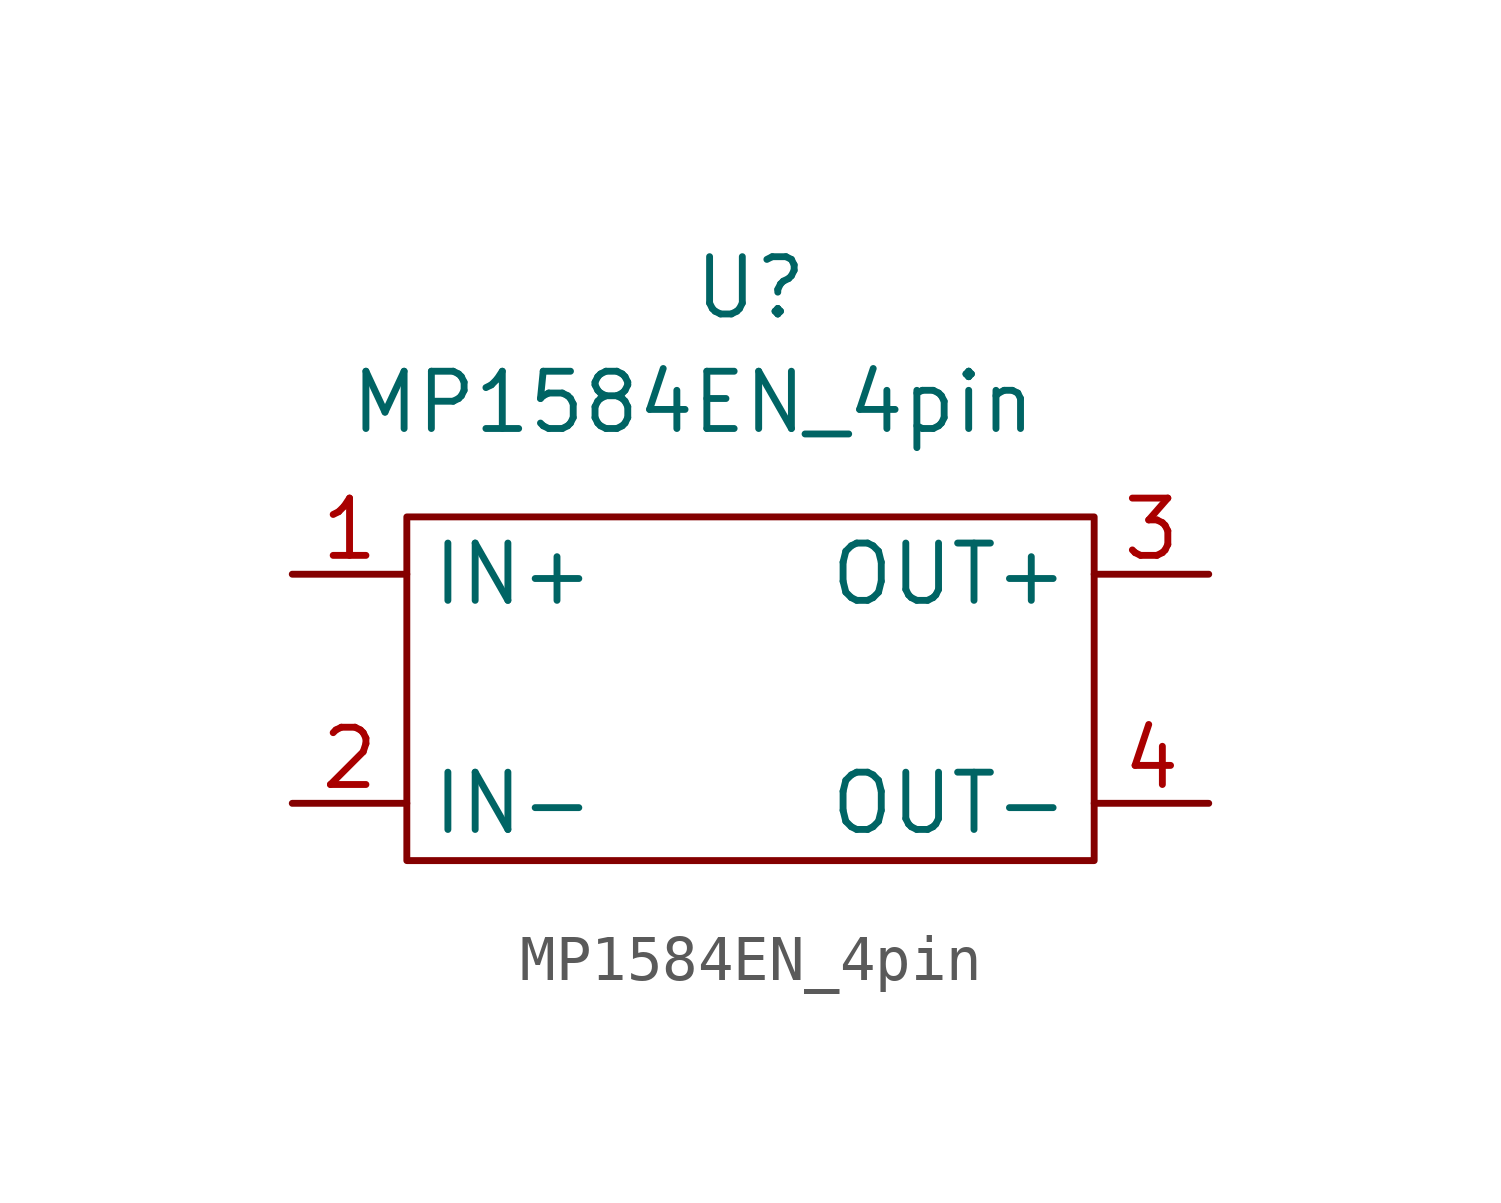
<source format=kicad_sym>
(kicad_symbol_lib
  (version 20211014)
  (generator kicad_symbol_editor)
  (symbol "MP1584EN_4pin"
    (property "Reference" "U"
      (at 0 8.89 0)
      (effects (font (size 1.27 1.27))))
    (property "Value" "MP1584EN_4pin"
      (at -1.27 6.35 0)
      (effects (font (size 1.27 1.27))))
    (symbol "MP1584EN_4pin_0_1"
      (rectangle (start -7.62 3.81) (end 7.62 -3.81) (stroke (width 0) (type default) (color 0 0 0 0)) (fill (type none))))
    (symbol "MP1584EN_4pin_1_1"
      (pin power_in line (at -10.16 2.54 0) (length 2.54) (name "IN+" (effects (font (size 1.27 1.27)))) (number "1" (effects (font (size 1.27 1.27)))))
      (pin power_in line (at -10.16 -2.54 0) (length 2.54) (name "IN-" (effects (font (size 1.27 1.27)))) (number "2" (effects (font (size 1.27 1.27)))))
      (pin power_out line (at 10.16 2.54 180) (length 2.54) (name "OUT+" (effects (font (size 1.27 1.27)))) (number "3" (effects (font (size 1.27 1.27)))))
      (pin power_out line (at 10.16 -2.54 180) (length 2.54) (name "OUT-" (effects (font (size 1.27 1.27)))) (number "4" (effects (font (size 1.27 1.27))))))))
</source>
